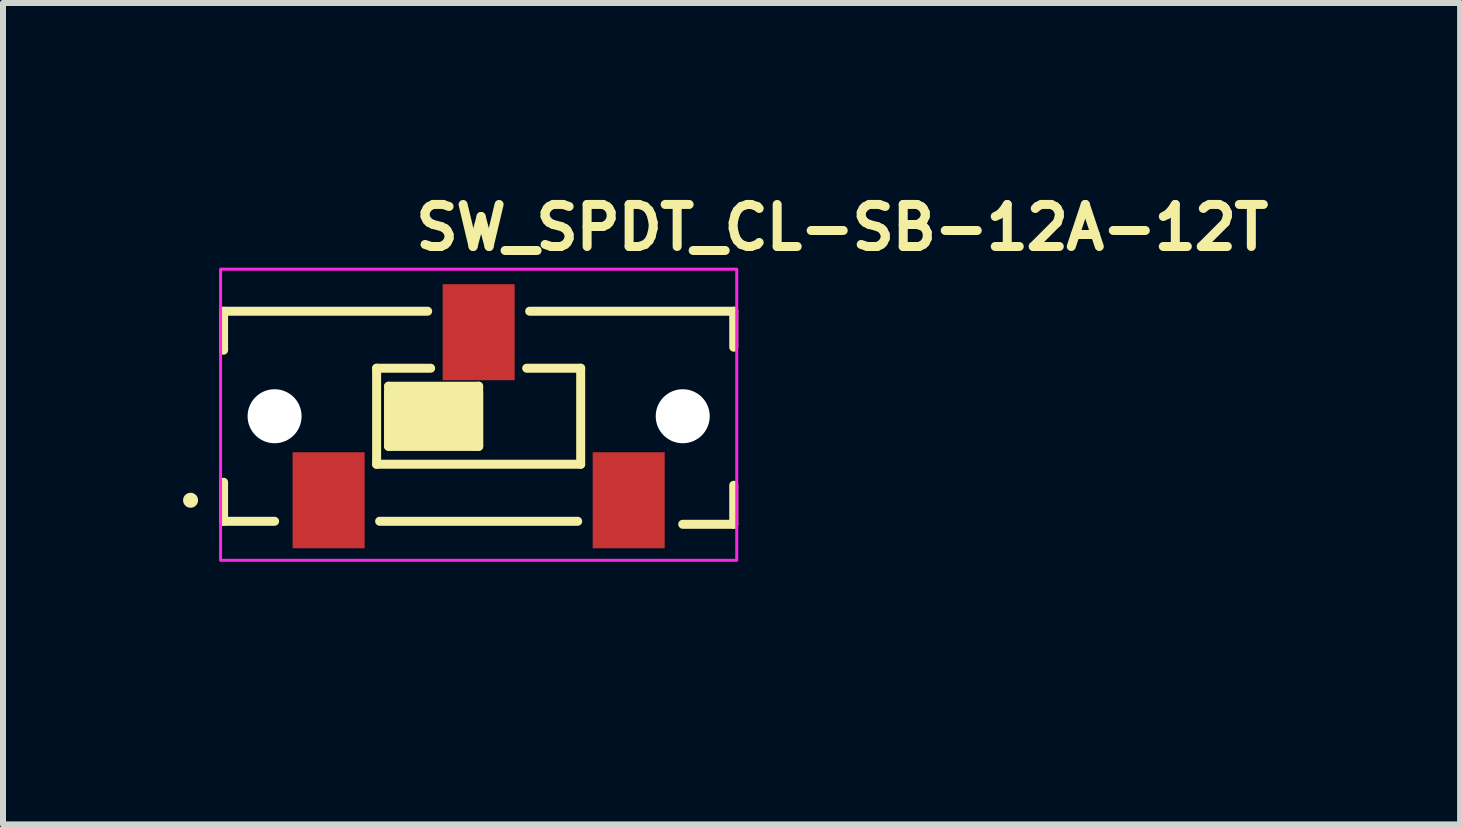
<source format=kicad_pcb>
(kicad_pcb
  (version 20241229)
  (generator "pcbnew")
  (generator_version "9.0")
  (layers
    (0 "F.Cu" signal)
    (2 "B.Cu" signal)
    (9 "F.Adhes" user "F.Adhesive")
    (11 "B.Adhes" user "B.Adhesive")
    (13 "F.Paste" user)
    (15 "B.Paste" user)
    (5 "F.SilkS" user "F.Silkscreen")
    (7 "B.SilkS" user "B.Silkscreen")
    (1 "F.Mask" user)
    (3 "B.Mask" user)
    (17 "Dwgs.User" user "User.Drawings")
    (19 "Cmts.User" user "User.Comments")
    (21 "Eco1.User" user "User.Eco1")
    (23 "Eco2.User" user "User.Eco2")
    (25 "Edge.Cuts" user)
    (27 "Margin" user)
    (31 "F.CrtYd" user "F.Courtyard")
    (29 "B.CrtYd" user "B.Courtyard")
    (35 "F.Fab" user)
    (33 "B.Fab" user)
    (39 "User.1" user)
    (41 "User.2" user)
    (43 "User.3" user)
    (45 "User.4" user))
  (footprint "SW_SPDT_CL-SB-12A-12T"
    (layer "F.Cu")
    (at 4.925 4.885)
    (property "Reference" "SW_SPDT_CL-SB-12A-12T" (at -1.125 -3.735 0) (layer "F.SilkS") (effects (font (size 0.7 0.7) (thickness 0.15)) (justify left bottom)))
    (attr smd)
    (fp_line (start -4.25 -2.75) (end -4.25 -2.1) (stroke (width 0.15) (type solid)) (layer "F.SilkS"))
    (fp_line (start -4.25 -2.75) (end -0.85 -2.75) (stroke (width 0.15) (type solid)) (layer "F.SilkS"))
    (fp_line (start -4.25 0.1) (end -4.25 0.75) (stroke (width 0.15) (type solid)) (layer "F.SilkS"))
    (fp_line (start -4.25 0.75) (end -3.4 0.75) (stroke (width 0.15) (type solid)) (layer "F.SilkS"))
    (fp_line (start -1.7 -1.8) (end -1.7 -0.2) (stroke (width 0.15) (type solid)) (layer "F.SilkS"))
    (fp_line (start -1.7 -0.2) (end 1.7 -0.2) (stroke (width 0.15) (type solid)) (layer "F.SilkS"))
    (fp_line (start -1.65 0.75) (end 1.65 0.75) (stroke (width 0.15) (type solid)) (layer "F.SilkS"))
    (fp_line (start -1.5 -1.5) (end -1.5 -0.5) (stroke (width 0.15) (type solid)) (layer "F.SilkS"))
    (fp_line (start -1.5 -0.5) (end 0 -0.5) (stroke (width 0.15) (type solid)) (layer "F.SilkS"))
    (fp_line (start -0.8 -1.8) (end -1.7 -1.8) (stroke (width 0.15) (type solid)) (layer "F.SilkS"))
    (fp_line (start 0 -1.5) (end -1.5 -1.5) (stroke (width 0.15) (type solid)) (layer "F.SilkS"))
    (fp_line (start 0 -0.5) (end 0 -1.5) (stroke (width 0.15) (type solid)) (layer "F.SilkS"))
    (fp_line (start 0.85 -2.75) (end 4.25 -2.75) (stroke (width 0.15) (type solid)) (layer "F.SilkS"))
    (fp_line (start 1.7 -1.8) (end 0.8 -1.8) (stroke (width 0.15) (type solid)) (layer "F.SilkS"))
    (fp_line (start 1.7 -0.2) (end 1.7 -1.8) (stroke (width 0.15) (type solid)) (layer "F.SilkS"))
    (fp_line (start 4.25 -2.75) (end 4.25 -2.15) (stroke (width 0.15) (type solid)) (layer "F.SilkS"))
    (fp_line (start 4.25 0.8) (end 3.4 0.8) (stroke (width 0.15) (type solid)) (layer "F.SilkS"))
    (fp_line (start 4.25 0.8) (end 4.25 0.15) (stroke (width 0.15) (type solid)) (layer "F.SilkS"))
    (fp_circle (center -4.8 0.4) (end -4.75 0.4) (stroke (width 0.15) (type solid)) (fill yes) (layer "F.SilkS"))
    (fp_poly (pts (xy -1.5 -1.4) (xy 0 -1.4) (xy 0 -1.5) (xy 0 -0.6) (xy 0 -0.5) (xy -1.5 -0.5)) (stroke (width 0.15) (type solid)) (fill yes) (layer "F.SilkS"))
    (fp_rect (start -4.3 -3.45) (end 4.3 1.4) (stroke (width 0.05) (type solid)) (fill no) (layer "F.CrtYd"))
    (fp_rect (start -4.25 -2.75) (end 4.25 2.75) (stroke (width 0.1) (type solid)) (fill no) (layer "User.5"))
    (fp_line (start -4.25 -2.75) (end -4.25 -2) (stroke (width 0.02) (type solid)) (layer "User.9"))
    (fp_line (start -4.25 -2.75) (end -3.9 -2.75) (stroke (width 0.02) (type solid)) (layer "User.9"))
    (fp_line (start -4.25 -2) (end -4.25 -2) (stroke (width 0.02) (type solid)) (layer "User.9"))
    (fp_line (start -4.25 -2) (end -4.249 -2) (stroke (width 0.02) (type solid)) (layer "User.9"))
    (fp_line (start -4.25 0) (end -4.25 -2) (stroke (width 0.02) (type solid)) (layer "User.9"))
    (fp_line (start -4.25 0) (end -4.25 0) (stroke (width 0.02) (type solid)) (layer "User.9"))
    (fp_line (start -4.25 0) (end -4.25 0.75) (stroke (width 0.02) (type solid)) (layer "User.9"))
    (fp_line (start -4.25 0.75) (end -3.9 0.75) (stroke (width 0.02) (type solid)) (layer "User.9"))
    (fp_line (start -4.249 -2) (end -4.248 -2) (stroke (width 0.02) (type solid)) (layer "User.9"))
    (fp_line (start -4.249 0) (end -4.25 0) (stroke (width 0.02) (type solid)) (layer "User.9"))
    (fp_line (start -4.248 -2) (end -4.246 -2) (stroke (width 0.02) (type solid)) (layer "User.9"))
    (fp_line (start -4.248 0) (end -4.249 0) (stroke (width 0.02) (type solid)) (layer "User.9"))
    (fp_line (start -4.246 -2) (end -4.243 -2) (stroke (width 0.02) (type solid)) (layer "User.9"))
    (fp_line (start -4.246 0) (end -4.248 0) (stroke (width 0.02) (type solid)) (layer "User.9"))
    (fp_line (start -4.243 -2) (end -4.241 -2) (stroke (width 0.02) (type solid)) (layer "User.9"))
    (fp_line (start -4.243 0) (end -4.246 0) (stroke (width 0.02) (type solid)) (layer "User.9"))
    (fp_line (start -4.241 -2) (end -4.237 -2) (stroke (width 0.02) (type solid)) (layer "User.9"))
    (fp_line (start -4.241 0) (end -4.243 0) (stroke (width 0.02) (type solid)) (layer "User.9"))
    (fp_line (start -4.237 -2) (end -4.233 -2) (stroke (width 0.02) (type solid)) (layer "User.9"))
    (fp_line (start -4.237 0) (end -4.241 0) (stroke (width 0.02) (type solid)) (layer "User.9"))
    (fp_line (start -4.233 -2) (end -4.229 -2) (stroke (width 0.02) (type solid)) (layer "User.9"))
    (fp_line (start -4.233 0) (end -4.237 0) (stroke (width 0.02) (type solid)) (layer "User.9"))
    (fp_line (start -4.229 -2) (end -4.224 -2) (stroke (width 0.02) (type solid)) (layer "User.9"))
    (fp_line (start -4.229 0) (end -4.233 0) (stroke (width 0.02) (type solid)) (layer "User.9"))
    (fp_line (start -4.224 -2) (end -4.219 -2) (stroke (width 0.02) (type solid)) (layer "User.9"))
    (fp_line (start -4.224 0) (end -4.229 0) (stroke (width 0.02) (type solid)) (layer "User.9"))
    (fp_line (start -4.219 -2) (end -4.213 -2) (stroke (width 0.02) (type solid)) (layer "User.9"))
    (fp_line (start -4.219 0) (end -4.224 0) (stroke (width 0.02) (type solid)) (layer "User.9"))
    (fp_line (start -4.213 -2) (end -4.207 -2) (stroke (width 0.02) (type solid)) (layer "User.9"))
    (fp_line (start -4.213 0) (end -4.219 0) (stroke (width 0.02) (type solid)) (layer "User.9"))
    (fp_line (start -4.207 -2) (end -4.2 -2) (stroke (width 0.02) (type solid)) (layer "User.9"))
    (fp_line (start -4.207 0) (end -4.213 0) (stroke (width 0.02) (type solid)) (layer "User.9"))
    (fp_line (start -4.2 -2) (end -4.171 -2.003) (stroke (width 0.02) (type solid)) (layer "User.9"))
    (fp_line (start -4.2 0) (end -4.25 0) (stroke (width 0.02) (type solid)) (layer "User.9"))
    (fp_line (start -4.2 0) (end -4.207 0) (stroke (width 0.02) (type solid)) (layer "User.9"))
    (fp_line (start -4.171 -2.003) (end -4.137 -2.011) (stroke (width 0.02) (type solid)) (layer "User.9"))
    (fp_line (start -4.171 0.003) (end -4.2 0) (stroke (width 0.02) (type solid)) (layer "User.9"))
    (fp_line (start -4.137 -2.011) (end -4.102 -2.026) (stroke (width 0.02) (type solid)) (layer "User.9"))
    (fp_line (start -4.137 0.011) (end -4.171 0.003) (stroke (width 0.02) (type solid)) (layer "User.9"))
    (fp_line (start -4.102 -2.026) (end -4.086 -2.036) (stroke (width 0.02) (type solid)) (layer "User.9"))
    (fp_line (start -4.102 0.026) (end -4.137 0.011) (stroke (width 0.02) (type solid)) (layer "User.9"))
    (fp_line (start -4.086 -2.036) (end -4.07 -2.048) (stroke (width 0.02) (type solid)) (layer "User.9"))
    (fp_line (start -4.085 0.036) (end -4.102 0.026) (stroke (width 0.02) (type solid)) (layer "User.9"))
    (fp_line (start -4.07 -2.048) (end -4.055 -2.063) (stroke (width 0.02) (type solid)) (layer "User.9"))
    (fp_line (start -4.069 0.049) (end -4.085 0.036) (stroke (width 0.02) (type solid)) (layer "User.9"))
    (fp_line (start -4.055 -2.063) (end -4.041 -2.079) (stroke (width 0.02) (type solid)) (layer "User.9"))
    (fp_line (start -4.054 0.063) (end -4.069 0.049) (stroke (width 0.02) (type solid)) (layer "User.9"))
    (fp_line (start -4.041 -2.079) (end -4.029 -2.097) (stroke (width 0.02) (type solid)) (layer "User.9"))
    (fp_line (start -4.041 0.079) (end -4.054 0.063) (stroke (width 0.02) (type solid)) (layer "User.9"))
    (fp_line (start -4.029 -2.097) (end -4.019 -2.116) (stroke (width 0.02) (type solid)) (layer "User.9"))
    (fp_line (start -4.029 0.097) (end -4.041 0.079) (stroke (width 0.02) (type solid)) (layer "User.9"))
    (fp_line (start -4.019 -2.116) (end -4.011 -2.136) (stroke (width 0.02) (type solid)) (layer "User.9"))
    (fp_line (start -4.019 0.116) (end -4.029 0.097) (stroke (width 0.02) (type solid)) (layer "User.9"))
    (fp_line (start -4.011 -2.136) (end -4.005 -2.157) (stroke (width 0.02) (type solid)) (layer "User.9"))
    (fp_line (start -4.011 0.136) (end -4.019 0.116) (stroke (width 0.02) (type solid)) (layer "User.9"))
    (fp_line (start -4.005 -2.157) (end -4.001 -2.178) (stroke (width 0.02) (type solid)) (layer "User.9"))
    (fp_line (start -4.005 0.157) (end -4.011 0.136) (stroke (width 0.02) (type solid)) (layer "User.9"))
    (fp_line (start -4.001 -2.178) (end -4 -2.2) (stroke (width 0.02) (type solid)) (layer "User.9"))
    (fp_line (start -4.001 0.178) (end -4.005 0.157) (stroke (width 0.02) (type solid)) (layer "User.9"))
    (fp_line (start -4 0.2) (end -4.001 0.178) (stroke (width 0.02) (type solid)) (layer "User.9"))
    (fp_line (start -4 0.2) (end -4 -2.2) (stroke (width 0.02) (type solid)) (layer "User.9"))
    (fp_line (start -4 0.2) (end -3.996 0.239) (stroke (width 0.02) (type solid)) (layer "User.9"))
    (fp_line (start -3.996 -2.239) (end -4 -2.2) (stroke (width 0.02) (type solid)) (layer "User.9"))
    (fp_line (start -3.996 0.239) (end -3.985 0.277) (stroke (width 0.02) (type solid)) (layer "User.9"))
    (fp_line (start -3.992 -2.45) (end -3.9 -2.45) (stroke (width 0.02) (type solid)) (layer "User.9"))
    (fp_line (start -3.992 -2.256) (end -3.992 -2.45) (stroke (width 0.02) (type solid)) (layer "User.9"))
    (fp_line (start -3.992 0.45) (end -3.992 0.256) (stroke (width 0.02) (type solid)) (layer "User.9"))
    (fp_line (start -3.985 -2.277) (end -3.996 -2.239) (stroke (width 0.02) (type solid)) (layer "User.9"))
    (fp_line (start -3.985 0.277) (end -3.966 0.311) (stroke (width 0.02) (type solid)) (layer "User.9"))
    (fp_line (start -3.966 -2.311) (end -3.985 -2.277) (stroke (width 0.02) (type solid)) (layer "User.9"))
    (fp_line (start -3.966 0.311) (end -3.941 0.341) (stroke (width 0.02) (type solid)) (layer "User.9"))
    (fp_line (start -3.941 -2.341) (end -3.966 -2.311) (stroke (width 0.02) (type solid)) (layer "User.9"))
    (fp_line (start -3.941 0.341) (end -3.911 0.366) (stroke (width 0.02) (type solid)) (layer "User.9"))
    (fp_line (start -3.911 -2.366) (end -3.941 -2.341) (stroke (width 0.02) (type solid)) (layer "User.9"))
    (fp_line (start -3.911 0.366) (end -3.877 0.385) (stroke (width 0.02) (type solid)) (layer "User.9"))
    (fp_line (start -3.9 -2.45) (end -3.9 -2.75) (stroke (width 0.02) (type solid)) (layer "User.9"))
    (fp_line (start -3.9 0.45) (end -3.992 0.45) (stroke (width 0.02) (type solid)) (layer "User.9"))
    (fp_line (start -3.9 0.75) (end -3.9 0.45) (stroke (width 0.02) (type solid)) (layer "User.9"))
    (fp_line (start -3.877 -2.385) (end -3.911 -2.366) (stroke (width 0.02) (type solid)) (layer "User.9"))
    (fp_line (start -3.877 0.385) (end -3.839 0.396) (stroke (width 0.02) (type solid)) (layer "User.9"))
    (fp_line (start -3.839 -2.396) (end -3.877 -2.385) (stroke (width 0.02) (type solid)) (layer "User.9"))
    (fp_line (start -3.839 0.396) (end -3.8 0.4) (stroke (width 0.02) (type solid)) (layer "User.9"))
    (fp_line (start -3.8 -2.4) (end -3.839 -2.396) (stroke (width 0.02) (type solid)) (layer "User.9"))
    (fp_line (start -3.8 0.4) (end -3.25 0.4) (stroke (width 0.02) (type solid)) (layer "User.9"))
    (fp_line (start -3.211 0.404) (end -3.25 0.4) (stroke (width 0.02) (type solid)) (layer "User.9"))
    (fp_line (start -3.173 0.415) (end -3.211 0.404) (stroke (width 0.02) (type solid)) (layer "User.9"))
    (fp_line (start -3.15 -2.75) (end -3.9 -2.75) (stroke (width 0.02) (type solid)) (layer "User.9"))
    (fp_line (start -3.15 -2.75) (end -3.15 -2.45) (stroke (width 0.02) (type solid)) (layer "User.9"))
    (fp_line (start -3.15 -2.75) (end -3.05 -2.75) (stroke (width 0.02) (type solid)) (layer "User.9"))
    (fp_line (start -3.15 -2.45) (end -3.9 -2.45) (stroke (width 0.02) (type solid)) (layer "User.9"))
    (fp_line (start -3.15 0.45) (end -3.9 0.45) (stroke (width 0.02) (type solid)) (layer "User.9"))
    (fp_line (start -3.15 0.45) (end -3.15 0.75) (stroke (width 0.02) (type solid)) (layer "User.9"))
    (fp_line (start -3.15 0.75) (end -3.9 0.75) (stroke (width 0.02) (type solid)) (layer "User.9"))
    (fp_line (start -3.15 0.75) (end -3.05 0.75) (stroke (width 0.02) (type solid)) (layer "User.9"))
    (fp_line (start -3.139 0.434) (end -3.173 0.415) (stroke (width 0.02) (type solid)) (layer "User.9"))
    (fp_line (start -3.109 0.459) (end -3.139 0.434) (stroke (width 0.02) (type solid)) (layer "User.9"))
    (fp_line (start -3.09 -2.45) (end -3.15 -2.45) (stroke (width 0.02) (type solid)) (layer "User.9"))
    (fp_line (start -3.09 -2.4) (end -3.09 -2.45) (stroke (width 0.02) (type solid)) (layer "User.9"))
    (fp_line (start -3.084 0.489) (end -3.109 0.459) (stroke (width 0.02) (type solid)) (layer "User.9"))
    (fp_line (start -3.065 0.523) (end -3.084 0.489) (stroke (width 0.02) (type solid)) (layer "User.9"))
    (fp_line (start -3.054 0.561) (end -3.065 0.523) (stroke (width 0.02) (type solid)) (layer "User.9"))
    (fp_line (start -3.05 -2.75) (end -3.05 -2.748) (stroke (width 0.02) (type solid)) (layer "User.9"))
    (fp_line (start -3.05 -2.75) (end -2.05 -2.75) (stroke (width 0.02) (type solid)) (layer "User.9"))
    (fp_line (start -3.05 -2.748) (end -3.05 -2.742) (stroke (width 0.02) (type solid)) (layer "User.9"))
    (fp_line (start -3.05 -2.742) (end -3.05 -2.733) (stroke (width 0.02) (type solid)) (layer "User.9"))
    (fp_line (start -3.05 -2.733) (end -3.05 -2.72) (stroke (width 0.02) (type solid)) (layer "User.9"))
    (fp_line (start -3.05 -2.72) (end -3.05 -2.704) (stroke (width 0.02) (type solid)) (layer "User.9"))
    (fp_line (start -3.05 -2.704) (end -3.05 -2.685) (stroke (width 0.02) (type solid)) (layer "User.9"))
    (fp_line (start -3.05 -2.685) (end -3.05 -2.662) (stroke (width 0.02) (type solid)) (layer "User.9"))
    (fp_line (start -3.05 -2.662) (end -3.05 -2.637) (stroke (width 0.02) (type solid)) (layer "User.9"))
    (fp_line (start -3.05 -2.637) (end -3.05 -2.61) (stroke (width 0.02) (type solid)) (layer "User.9"))
    (fp_line (start -3.05 -2.61) (end -3.05 -2.58) (stroke (width 0.02) (type solid)) (layer "User.9"))
    (fp_line (start -3.05 -2.58) (end -3.05 -2.549) (stroke (width 0.02) (type solid)) (layer "User.9"))
    (fp_line (start -3.05 -2.549) (end -3.05 -2.517) (stroke (width 0.02) (type solid)) (layer "User.9"))
    (fp_line (start -3.05 -2.517) (end -3.05 -2.484) (stroke (width 0.02) (type solid)) (layer "User.9"))
    (fp_line (start -3.05 -2.484) (end -3.05 -2.45) (stroke (width 0.02) (type solid)) (layer "User.9"))
    (fp_line (start -3.05 -2.45) (end -3.05 -2.4) (stroke (width 0.02) (type solid)) (layer "User.9"))
    (fp_line (start -3.05 -2.4) (end -3.8 -2.4) (stroke (width 0.02) (type solid)) (layer "User.9"))
    (fp_line (start -3.05 -2.4) (end -3.09 -2.4) (stroke (width 0.02) (type solid)) (layer "User.9"))
    (fp_line (start -3.05 0.6) (end -3.054 0.561) (stroke (width 0.02) (type solid)) (layer "User.9"))
    (fp_line (start -3.05 0.6) (end -3.05 0.75) (stroke (width 0.02) (type solid)) (layer "User.9"))
    (fp_line (start -3.05 0.75) (end 3.05 0.75) (stroke (width 0.02) (type solid)) (layer "User.9"))
    (fp_line (start -2.05 -2.75) (end -2.05 -2.748) (stroke (width 0.02) (type solid)) (layer "User.9"))
    (fp_line (start -2.05 -2.748) (end -2.05 -2.742) (stroke (width 0.02) (type solid)) (layer "User.9"))
    (fp_line (start -2.05 -2.742) (end -2.05 -2.733) (stroke (width 0.02) (type solid)) (layer "User.9"))
    (fp_line (start -2.05 -2.733) (end -2.05 -2.72) (stroke (width 0.02) (type solid)) (layer "User.9"))
    (fp_line (start -2.05 -2.72) (end -2.05 -2.704) (stroke (width 0.02) (type solid)) (layer "User.9"))
    (fp_line (start -2.05 -2.704) (end -2.05 -2.685) (stroke (width 0.02) (type solid)) (layer "User.9"))
    (fp_line (start -2.05 -2.685) (end -2.05 -2.662) (stroke (width 0.02) (type solid)) (layer "User.9"))
    (fp_line (start -2.05 -2.662) (end -2.05 -2.637) (stroke (width 0.02) (type solid)) (layer "User.9"))
    (fp_line (start -2.05 -2.637) (end -2.05 -2.61) (stroke (width 0.02) (type solid)) (layer "User.9"))
    (fp_line (start -2.05 -2.61) (end -2.05 -2.58) (stroke (width 0.02) (type solid)) (layer "User.9"))
    (fp_line (start -2.05 -2.58) (end -2.05 -2.549) (stroke (width 0.02) (type solid)) (layer "User.9"))
    (fp_line (start -2.05 -2.549) (end -2.05 -2.517) (stroke (width 0.02) (type solid)) (layer "User.9"))
    (fp_line (start -2.05 -2.517) (end -2.05 -2.484) (stroke (width 0.02) (type solid)) (layer "User.9"))
    (fp_line (start -2.05 -2.484) (end -2.05 -2.45) (stroke (width 0.02) (type solid)) (layer "User.9"))
    (fp_line (start -2.05 -2.45) (end -3.05 -2.45) (stroke (width 0.02) (type solid)) (layer "User.9"))
    (fp_line (start -2.05 -2.45) (end -2.046 -2.42) (stroke (width 0.02) (type solid)) (layer "User.9"))
    (fp_line (start -2.049 -2.75) (end -2.05 -2.75) (stroke (width 0.02) (type solid)) (layer "User.9"))
    (fp_line (start -2.049 -2.5) (end -2.05 -2.5) (stroke (width 0.02) (type solid)) (layer "User.9"))
    (fp_line (start -2.046 -2.42) (end -2.036 -2.392) (stroke (width 0.02) (type solid)) (layer "User.9"))
    (fp_line (start -2.045 -2.75) (end -2.049 -2.75) (stroke (width 0.02) (type solid)) (layer "User.9"))
    (fp_line (start -2.045 -2.5) (end -2.049 -2.5) (stroke (width 0.02) (type solid)) (layer "User.9"))
    (fp_line (start -2.039 -2.75) (end -2.045 -2.75) (stroke (width 0.02) (type solid)) (layer "User.9"))
    (fp_line (start -2.039 -2.5) (end -2.045 -2.5) (stroke (width 0.02) (type solid)) (layer "User.9"))
    (fp_line (start -2.036 -2.392) (end -2.019 -2.367) (stroke (width 0.02) (type solid)) (layer "User.9"))
    (fp_line (start -2.03 -2.75) (end -2.039 -2.75) (stroke (width 0.02) (type solid)) (layer "User.9"))
    (fp_line (start -2.03 -2.5) (end -2.039 -2.5) (stroke (width 0.02) (type solid)) (layer "User.9"))
    (fp_line (start -2.019 -2.75) (end -2.03 -2.75) (stroke (width 0.02) (type solid)) (layer "User.9"))
    (fp_line (start -2.019 -2.5) (end -2.03 -2.5) (stroke (width 0.02) (type solid)) (layer "User.9"))
    (fp_line (start -2.019 -2.367) (end -1.996 -2.347) (stroke (width 0.02) (type solid)) (layer "User.9"))
    (fp_line (start -2.006 -2.75) (end -2.019 -2.75) (stroke (width 0.02) (type solid)) (layer "User.9"))
    (fp_line (start -2.006 -2.5) (end -2.019 -2.5) (stroke (width 0.02) (type solid)) (layer "User.9"))
    (fp_line (start -1.996 -2.347) (end -1.969 -2.333) (stroke (width 0.02) (type solid)) (layer "User.9"))
    (fp_line (start -1.991 -2.75) (end -2.006 -2.75) (stroke (width 0.02) (type solid)) (layer "User.9"))
    (fp_line (start -1.991 -2.5) (end -2.006 -2.5) (stroke (width 0.02) (type solid)) (layer "User.9"))
    (fp_line (start -1.975 -2.75) (end -1.991 -2.75) (stroke (width 0.02) (type solid)) (layer "User.9"))
    (fp_line (start -1.975 -2.5) (end -1.991 -2.5) (stroke (width 0.02) (type solid)) (layer "User.9"))
    (fp_line (start -1.969 -2.333) (end -1.94 -2.326) (stroke (width 0.02) (type solid)) (layer "User.9"))
    (fp_line (start -1.956 -2.75) (end -1.975 -2.75) (stroke (width 0.02) (type solid)) (layer "User.9"))
    (fp_line (start -1.956 -2.5) (end -1.975 -2.5) (stroke (width 0.02) (type solid)) (layer "User.9"))
    (fp_line (start -1.94 -2.326) (end -1.91 -2.326) (stroke (width 0.02) (type solid)) (layer "User.9"))
    (fp_line (start -1.937 -2.75) (end -1.956 -2.75) (stroke (width 0.02) (type solid)) (layer "User.9"))
    (fp_line (start -1.937 -2.5) (end -1.956 -2.5) (stroke (width 0.02) (type solid)) (layer "User.9"))
    (fp_line (start -1.916 -2.75) (end -1.937 -2.75) (stroke (width 0.02) (type solid)) (layer "User.9"))
    (fp_line (start -1.916 -2.5) (end -1.937 -2.5) (stroke (width 0.02) (type solid)) (layer "User.9"))
    (fp_line (start -1.91 -2.326) (end -1.881 -2.333) (stroke (width 0.02) (type solid)) (layer "User.9"))
    (fp_line (start -1.895 -2.75) (end -1.916 -2.75) (stroke (width 0.02) (type solid)) (layer "User.9"))
    (fp_line (start -1.895 -2.5) (end -1.916 -2.5) (stroke (width 0.02) (type solid)) (layer "User.9"))
    (fp_line (start -1.881 -2.333) (end -1.854 -2.347) (stroke (width 0.02) (type solid)) (layer "User.9"))
    (fp_line (start -1.872 -2.75) (end -1.895 -2.75) (stroke (width 0.02) (type solid)) (layer "User.9"))
    (fp_line (start -1.872 -2.5) (end -1.895 -2.5) (stroke (width 0.02) (type solid)) (layer "User.9"))
    (fp_line (start -1.854 -2.347) (end -1.831 -2.367) (stroke (width 0.02) (type solid)) (layer "User.9"))
    (fp_line (start -1.85 -2.75) (end -1.872 -2.75) (stroke (width 0.02) (type solid)) (layer "User.9"))
    (fp_line (start -1.85 -2.75) (end -0.697 -2.75) (stroke (width 0.02) (type solid)) (layer "User.9"))
    (fp_line (start -1.85 -2.75) (end 0.75 -2.75) (stroke (width 0.02) (type solid)) (layer "User.9"))
    (fp_line (start -1.85 -2.5) (end -1.872 -2.5) (stroke (width 0.02) (type solid)) (layer "User.9"))
    (fp_line (start -1.85 -2.5) (end -1.85 -2.75) (stroke (width 0.02) (type solid)) (layer "User.9"))
    (fp_line (start -1.85 -2.5) (end -0.697 -2.5) (stroke (width 0.02) (type solid)) (layer "User.9"))
    (fp_line (start -1.831 -2.367) (end -1.814 -2.392) (stroke (width 0.02) (type solid)) (layer "User.9"))
    (fp_line (start -1.814 -2.392) (end -1.804 -2.42) (stroke (width 0.02) (type solid)) (layer "User.9"))
    (fp_line (start -1.804 -2.42) (end -1.8 -2.45) (stroke (width 0.02) (type solid)) (layer "User.9"))
    (fp_line (start -1.75 0.75) (end -1.75 2.75) (stroke (width 0.02) (type solid)) (layer "User.9"))
    (fp_line (start -0.661 -2.497) (end -0.697 -2.5) (stroke (width 0.02) (type solid)) (layer "User.9"))
    (fp_line (start -0.644 -2.747) (end -0.697 -2.75) (stroke (width 0.02) (type solid)) (layer "User.9"))
    (fp_line (start -0.626 -2.487) (end -0.661 -2.497) (stroke (width 0.02) (type solid)) (layer "User.9"))
    (fp_line (start -0.593 -2.471) (end -0.626 -2.487) (stroke (width 0.02) (type solid)) (layer "User.9"))
    (fp_line (start -0.591 -2.737) (end -0.644 -2.747) (stroke (width 0.02) (type solid)) (layer "User.9"))
    (fp_line (start -0.564 -2.45) (end -0.593 -2.471) (stroke (width 0.02) (type solid)) (layer "User.9"))
    (fp_line (start -0.54 -2.722) (end -0.591 -2.737) (stroke (width 0.02) (type solid)) (layer "User.9"))
    (fp_line (start -0.492 -2.701) (end -0.54 -2.722) (stroke (width 0.02) (type solid)) (layer "User.9"))
    (fp_line (start -0.446 -2.674) (end -0.492 -2.701) (stroke (width 0.02) (type solid)) (layer "User.9"))
    (fp_line (start -0.404 -2.641) (end -0.446 -2.674) (stroke (width 0.02) (type solid)) (layer "User.9"))
    (fp_line (start -0.365 -2.604) (end -0.404 -2.641) (stroke (width 0.02) (type solid)) (layer "User.9"))
    (fp_line (start -0.29 -2.523) (end -0.365 -2.604) (stroke (width 0.02) (type solid)) (layer "User.9"))
    (fp_line (start -0.29 -2.523) (end -0.263 -2.496) (stroke (width 0.02) (type solid)) (layer "User.9"))
    (fp_line (start -0.263 -2.496) (end -0.233 -2.471) (stroke (width 0.02) (type solid)) (layer "User.9"))
    (fp_line (start -0.25 0.75) (end -0.25 2.75) (stroke (width 0.02) (type solid)) (layer "User.9"))
    (fp_line (start -0.25 2.75) (end -1.75 2.75) (stroke (width 0.02) (type solid)) (layer "User.9"))
    (fp_line (start -0.233 -2.471) (end -0.201 -2.45) (stroke (width 0.02) (type solid)) (layer "User.9"))
    (fp_line (start 0.209 -2.45) (end 0.243 -2.473) (stroke (width 0.02) (type solid)) (layer "User.9"))
    (fp_line (start 0.243 -2.473) (end 0.275 -2.499) (stroke (width 0.02) (type solid)) (layer "User.9"))
    (fp_line (start 0.382 -2.597) (end 0.275 -2.499) (stroke (width 0.02) (type solid)) (layer "User.9"))
    (fp_line (start 0.517 -2.45) (end 0.382 -2.597) (stroke (width 0.02) (type solid)) (layer "User.9"))
    (fp_line (start 0.75 -2.75) (end 0.75 -2.45) (stroke (width 0.02) (type solid)) (layer "User.9"))
    (fp_line (start 0.75 -2.75) (end 0.761 -2.75) (stroke (width 0.02) (type solid)) (layer "User.9"))
    (fp_line (start 0.761 -2.75) (end 0.772 -2.75) (stroke (width 0.02) (type solid)) (layer "User.9"))
    (fp_line (start 0.772 -2.75) (end 0.783 -2.75) (stroke (width 0.02) (type solid)) (layer "User.9"))
    (fp_line (start 0.783 -2.75) (end 0.793 -2.75) (stroke (width 0.02) (type solid)) (layer "User.9"))
    (fp_line (start 0.793 -2.75) (end 0.803 -2.75) (stroke (width 0.02) (type solid)) (layer "User.9"))
    (fp_line (start 0.803 -2.75) (end 0.812 -2.75) (stroke (width 0.02) (type solid)) (layer "User.9"))
    (fp_line (start 0.812 -2.75) (end 0.821 -2.75) (stroke (width 0.02) (type solid)) (layer "User.9"))
    (fp_line (start 0.821 -2.75) (end 0.828 -2.75) (stroke (width 0.02) (type solid)) (layer "User.9"))
    (fp_line (start 0.828 -2.75) (end 0.835 -2.75) (stroke (width 0.02) (type solid)) (layer "User.9"))
    (fp_line (start 0.835 -2.75) (end 0.84 -2.75) (stroke (width 0.02) (type solid)) (layer "User.9"))
    (fp_line (start 0.84 -2.75) (end 0.844 -2.75) (stroke (width 0.02) (type solid)) (layer "User.9"))
    (fp_line (start 0.844 -2.75) (end 0.847 -2.75) (stroke (width 0.02) (type solid)) (layer "User.9"))
    (fp_line (start 0.847 -2.75) (end 0.849 -2.75) (stroke (width 0.02) (type solid)) (layer "User.9"))
    (fp_line (start 0.849 -2.75) (end 0.85 -2.75) (stroke (width 0.02) (type solid)) (layer "User.9"))
    (fp_line (start 0.85 -2.75) (end 0.85 -2.45) (stroke (width 0.02) (type solid)) (layer "User.9"))
    (fp_line (start 0.85 -2.45) (end -1.8 -2.45) (stroke (width 0.02) (type solid)) (layer "User.9"))
    (fp_line (start 0.85 -2.45) (end 0.889 -2.454) (stroke (width 0.02) (type solid)) (layer "User.9"))
    (fp_line (start 0.851 -2.75) (end 0.85 -2.75) (stroke (width 0.02) (type solid)) (layer "User.9"))
    (fp_line (start 0.853 -2.75) (end 0.851 -2.75) (stroke (width 0.02) (type solid)) (layer "User.9"))
    (fp_line (start 0.856 -2.75) (end 0.853 -2.75) (stroke (width 0.02) (type solid)) (layer "User.9"))
    (fp_line (start 0.86 -2.75) (end 0.856 -2.75) (stroke (width 0.02) (type solid)) (layer "User.9"))
    (fp_line (start 0.865 -2.75) (end 0.86 -2.75) (stroke (width 0.02) (type solid)) (layer "User.9"))
    (fp_line (start 0.872 -2.75) (end 0.865 -2.75) (stroke (width 0.02) (type solid)) (layer "User.9"))
    (fp_line (start 0.879 -2.75) (end 0.872 -2.75) (stroke (width 0.02) (type solid)) (layer "User.9"))
    (fp_line (start 0.888 -2.75) (end 0.879 -2.75) (stroke (width 0.02) (type solid)) (layer "User.9"))
    (fp_line (start 0.889 -2.454) (end 0.927 -2.465) (stroke (width 0.02) (type solid)) (layer "User.9"))
    (fp_line (start 0.897 -2.75) (end 0.888 -2.75) (stroke (width 0.02) (type solid)) (layer "User.9"))
    (fp_line (start 0.907 -2.75) (end 0.897 -2.75) (stroke (width 0.02) (type solid)) (layer "User.9"))
    (fp_line (start 0.917 -2.75) (end 0.907 -2.75) (stroke (width 0.02) (type solid)) (layer "User.9"))
    (fp_line (start 0.927 -2.465) (end 0.961 -2.484) (stroke (width 0.02) (type solid)) (layer "User.9"))
    (fp_line (start 0.928 -2.75) (end 0.917 -2.75) (stroke (width 0.02) (type solid)) (layer "User.9"))
    (fp_line (start 0.939 -2.75) (end 0.928 -2.75) (stroke (width 0.02) (type solid)) (layer "User.9"))
    (fp_line (start 0.95 -2.75) (end 0.939 -2.75) (stroke (width 0.02) (type solid)) (layer "User.9"))
    (fp_line (start 0.95 -2.75) (end 0.95 -2.477) (stroke (width 0.02) (type solid)) (layer "User.9"))
    (fp_line (start 0.95 -2.75) (end 1.05 -2.75) (stroke (width 0.02) (type solid)) (layer "User.9"))
    (fp_line (start 0.961 -2.484) (end 0.991 -2.509) (stroke (width 0.02) (type solid)) (layer "User.9"))
    (fp_line (start 0.991 -2.509) (end 1.016 -2.539) (stroke (width 0.02) (type solid)) (layer "User.9"))
    (fp_line (start 1.016 -2.539) (end 1.035 -2.573) (stroke (width 0.02) (type solid)) (layer "User.9"))
    (fp_line (start 1.035 -2.573) (end 1.046 -2.611) (stroke (width 0.02) (type solid)) (layer "User.9"))
    (fp_line (start 1.046 -2.611) (end 1.05 -2.65) (stroke (width 0.02) (type solid)) (layer "User.9"))
    (fp_line (start 1.05 -2.75) (end 1.05 -2.65) (stroke (width 0.02) (type solid)) (layer "User.9"))
    (fp_line (start 3.05 -2.75) (end 1.05 -2.75) (stroke (width 0.02) (type solid)) (layer "User.9"))
    (fp_line (start 3.05 -2.75) (end 3.15 -2.75) (stroke (width 0.02) (type solid)) (layer "User.9"))
    (fp_line (start 3.05 -2.6) (end 3.05 -2.75) (stroke (width 0.02) (type solid)) (layer "User.9"))
    (fp_line (start 3.05 -2.6) (end 3.054 -2.561) (stroke (width 0.02) (type solid)) (layer "User.9"))
    (fp_line (start 3.05 0.75) (end 3.05 0.6) (stroke (width 0.02) (type solid)) (layer "User.9"))
    (fp_line (start 3.05 0.75) (end 3.15 0.75) (stroke (width 0.02) (type solid)) (layer "User.9"))
    (fp_line (start 3.054 -2.561) (end 3.065 -2.523) (stroke (width 0.02) (type solid)) (layer "User.9"))
    (fp_line (start 3.054 0.561) (end 3.05 0.6) (stroke (width 0.02) (type solid)) (layer "User.9"))
    (fp_line (start 3.065 -2.523) (end 3.084 -2.489) (stroke (width 0.02) (type solid)) (layer "User.9"))
    (fp_line (start 3.065 0.523) (end 3.054 0.561) (stroke (width 0.02) (type solid)) (layer "User.9"))
    (fp_line (start 3.084 -2.489) (end 3.109 -2.459) (stroke (width 0.02) (type solid)) (layer "User.9"))
    (fp_line (start 3.084 0.489) (end 3.065 0.523) (stroke (width 0.02) (type solid)) (layer "User.9"))
    (fp_line (start 3.109 -2.459) (end 3.139 -2.434) (stroke (width 0.02) (type solid)) (layer "User.9"))
    (fp_line (start 3.109 0.459) (end 3.084 0.489) (stroke (width 0.02) (type solid)) (layer "User.9"))
    (fp_line (start 3.139 -2.434) (end 3.173 -2.415) (stroke (width 0.02) (type solid)) (layer "User.9"))
    (fp_line (start 3.139 0.434) (end 3.109 0.459) (stroke (width 0.02) (type solid)) (layer "User.9"))
    (fp_line (start 3.15 -2.45) (end 3.15 -2.75) (stroke (width 0.02) (type solid)) (layer "User.9"))
    (fp_line (start 3.15 0.75) (end 3.15 0.45) (stroke (width 0.02) (type solid)) (layer "User.9"))
    (fp_line (start 3.173 -2.415) (end 3.211 -2.404) (stroke (width 0.02) (type solid)) (layer "User.9"))
    (fp_line (start 3.173 0.415) (end 3.139 0.434) (stroke (width 0.02) (type solid)) (layer "User.9"))
    (fp_line (start 3.211 -2.404) (end 3.25 -2.4) (stroke (width 0.02) (type solid)) (layer "User.9"))
    (fp_line (start 3.211 0.404) (end 3.173 0.415) (stroke (width 0.02) (type solid)) (layer "User.9"))
    (fp_line (start 3.25 0.4) (end 3.211 0.404) (stroke (width 0.02) (type solid)) (layer "User.9"))
    (fp_line (start 3.25 0.4) (end 3.8 0.4) (stroke (width 0.02) (type solid)) (layer "User.9"))
    (fp_line (start 3.8 -2.4) (end 3.25 -2.4) (stroke (width 0.02) (type solid)) (layer "User.9"))
    (fp_line (start 3.8 0.4) (end 3.839 0.396) (stroke (width 0.02) (type solid)) (layer "User.9"))
    (fp_line (start 3.839 -2.396) (end 3.8 -2.4) (stroke (width 0.02) (type solid)) (layer "User.9"))
    (fp_line (start 3.839 0.396) (end 3.877 0.385) (stroke (width 0.02) (type solid)) (layer "User.9"))
    (fp_line (start 3.877 -2.385) (end 3.839 -2.396) (stroke (width 0.02) (type solid)) (layer "User.9"))
    (fp_line (start 3.877 0.385) (end 3.911 0.366) (stroke (width 0.02) (type solid)) (layer "User.9"))
    (fp_line (start 3.9 -2.75) (end 3.15 -2.75) (stroke (width 0.02) (type solid)) (layer "User.9"))
    (fp_line (start 3.9 -2.75) (end 3.9 -2.45) (stroke (width 0.02) (type solid)) (layer "User.9"))
    (fp_line (start 3.9 -2.75) (end 4.25 -2.75) (stroke (width 0.02) (type solid)) (layer "User.9"))
    (fp_line (start 3.9 -2.45) (end 3.15 -2.45) (stroke (width 0.02) (type solid)) (layer "User.9"))
    (fp_line (start 3.9 -2.45) (end 3.992 -2.45) (stroke (width 0.02) (type solid)) (layer "User.9"))
    (fp_line (start 3.9 0.45) (end 3.15 0.45) (stroke (width 0.02) (type solid)) (layer "User.9"))
    (fp_line (start 3.9 0.45) (end 3.9 0.75) (stroke (width 0.02) (type solid)) (layer "User.9"))
    (fp_line (start 3.9 0.75) (end 3.15 0.75) (stroke (width 0.02) (type solid)) (layer "User.9"))
    (fp_line (start 3.9 0.75) (end 4.25 0.75) (stroke (width 0.02) (type solid)) (layer "User.9"))
    (fp_line (start 3.911 -2.366) (end 3.877 -2.385) (stroke (width 0.02) (type solid)) (layer "User.9"))
    (fp_line (start 3.911 0.366) (end 3.941 0.341) (stroke (width 0.02) (type solid)) (layer "User.9"))
    (fp_line (start 3.941 -2.341) (end 3.911 -2.366) (stroke (width 0.02) (type solid)) (layer "User.9"))
    (fp_line (start 3.941 0.341) (end 3.966 0.311) (stroke (width 0.02) (type solid)) (layer "User.9"))
    (fp_line (start 3.966 -2.311) (end 3.941 -2.341) (stroke (width 0.02) (type solid)) (layer "User.9"))
    (fp_line (start 3.966 0.311) (end 3.985 0.277) (stroke (width 0.02) (type solid)) (layer "User.9"))
    (fp_line (start 3.985 -2.277) (end 3.966 -2.311) (stroke (width 0.02) (type solid)) (layer "User.9"))
    (fp_line (start 3.985 0.277) (end 3.996 0.239) (stroke (width 0.02) (type solid)) (layer "User.9"))
    (fp_line (start 3.992 -2.45) (end 3.992 -2.256) (stroke (width 0.02) (type solid)) (layer "User.9"))
    (fp_line (start 3.992 0.256) (end 3.992 0.45) (stroke (width 0.02) (type solid)) (layer "User.9"))
    (fp_line (start 3.992 0.45) (end 3.9 0.45) (stroke (width 0.02) (type solid)) (layer "User.9"))
    (fp_line (start 3.996 -2.239) (end 3.985 -2.277) (stroke (width 0.02) (type solid)) (layer "User.9"))
    (fp_line (start 3.996 0.239) (end 4 0.2) (stroke (width 0.02) (type solid)) (layer "User.9"))
    (fp_line (start 4 -2.2) (end 3.996 -2.239) (stroke (width 0.02) (type solid)) (layer "User.9"))
    (fp_line (start 4 -2.2) (end 4.001 -2.178) (stroke (width 0.02) (type solid)) (layer "User.9"))
    (fp_line (start 4 0.2) (end 4 -2.2) (stroke (width 0.02) (type solid)) (layer "User.9"))
    (fp_line (start 4.001 -2.178) (end 4.005 -2.157) (stroke (width 0.02) (type solid)) (layer "User.9"))
    (fp_line (start 4.001 0.178) (end 4 0.2) (stroke (width 0.02) (type solid)) (layer "User.9"))
    (fp_line (start 4.005 -2.157) (end 4.011 -2.136) (stroke (width 0.02) (type solid)) (layer "User.9"))
    (fp_line (start 4.005 0.157) (end 4.001 0.178) (stroke (width 0.02) (type solid)) (layer "User.9"))
    (fp_line (start 4.011 -2.136) (end 4.019 -2.116) (stroke (width 0.02) (type solid)) (layer "User.9"))
    (fp_line (start 4.011 0.136) (end 4.005 0.157) (stroke (width 0.02) (type solid)) (layer "User.9"))
    (fp_line (start 4.019 -2.116) (end 4.029 -2.097) (stroke (width 0.02) (type solid)) (layer "User.9"))
    (fp_line (start 4.019 0.116) (end 4.011 0.136) (stroke (width 0.02) (type solid)) (layer "User.9"))
    (fp_line (start 4.029 -2.097) (end 4.041 -2.079) (stroke (width 0.02) (type solid)) (layer "User.9"))
    (fp_line (start 4.029 0.097) (end 4.019 0.116) (stroke (width 0.02) (type solid)) (layer "User.9"))
    (fp_line (start 4.041 -2.079) (end 4.054 -2.063) (stroke (width 0.02) (type solid)) (layer "User.9"))
    (fp_line (start 4.041 0.079) (end 4.029 0.097) (stroke (width 0.02) (type solid)) (layer "User.9"))
    (fp_line (start 4.054 -2.063) (end 4.069 -2.049) (stroke (width 0.02) (type solid)) (layer "User.9"))
    (fp_line (start 4.055 0.063) (end 4.041 0.079) (stroke (width 0.02) (type solid)) (layer "User.9"))
    (fp_line (start 4.069 -2.049) (end 4.085 -2.036) (stroke (width 0.02) (type solid)) (layer "User.9"))
    (fp_line (start 4.07 0.048) (end 4.055 0.063) (stroke (width 0.02) (type solid)) (layer "User.9"))
    (fp_line (start 4.085 -2.036) (end 4.102 -2.026) (stroke (width 0.02) (type solid)) (layer "User.9"))
    (fp_line (start 4.086 0.036) (end 4.07 0.048) (stroke (width 0.02) (type solid)) (layer "User.9"))
    (fp_line (start 4.102 -2.026) (end 4.137 -2.011) (stroke (width 0.02) (type solid)) (layer "User.9"))
    (fp_line (start 4.102 0.026) (end 4.086 0.036) (stroke (width 0.02) (type solid)) (layer "User.9"))
    (fp_line (start 4.137 -2.011) (end 4.171 -2.003) (stroke (width 0.02) (type solid)) (layer "User.9"))
    (fp_line (start 4.137 0.011) (end 4.102 0.026) (stroke (width 0.02) (type solid)) (layer "User.9"))
    (fp_line (start 4.171 -2.003) (end 4.2 -2) (stroke (width 0.02) (type solid)) (layer "User.9"))
    (fp_line (start 4.171 0.003) (end 4.137 0.011) (stroke (width 0.02) (type solid)) (layer "User.9"))
    (fp_line (start 4.2 -2) (end 4.207 -2) (stroke (width 0.02) (type solid)) (layer "User.9"))
    (fp_line (start 4.2 0) (end 4.171 0.003) (stroke (width 0.02) (type solid)) (layer "User.9"))
    (fp_line (start 4.207 -2) (end 4.213 -2) (stroke (width 0.02) (type solid)) (layer "User.9"))
    (fp_line (start 4.207 0) (end 4.2 0) (stroke (width 0.02) (type solid)) (layer "User.9"))
    (fp_line (start 4.213 -2) (end 4.219 -2) (stroke (width 0.02) (type solid)) (layer "User.9"))
    (fp_line (start 4.213 0) (end 4.207 0) (stroke (width 0.02) (type solid)) (layer "User.9"))
    (fp_line (start 4.219 -2) (end 4.224 -2) (stroke (width 0.02) (type solid)) (layer "User.9"))
    (fp_line (start 4.219 0) (end 4.213 0) (stroke (width 0.02) (type solid)) (layer "User.9"))
    (fp_line (start 4.224 -2) (end 4.229 -2) (stroke (width 0.02) (type solid)) (layer "User.9"))
    (fp_line (start 4.224 0) (end 4.219 0) (stroke (width 0.02) (type solid)) (layer "User.9"))
    (fp_line (start 4.229 -2) (end 4.233 -2) (stroke (width 0.02) (type solid)) (layer "User.9"))
    (fp_line (start 4.229 0) (end 4.224 0) (stroke (width 0.02) (type solid)) (layer "User.9"))
    (fp_line (start 4.233 -2) (end 4.237 -2) (stroke (width 0.02) (type solid)) (layer "User.9"))
    (fp_line (start 4.233 0) (end 4.229 0) (stroke (width 0.02) (type solid)) (layer "User.9"))
    (fp_line (start 4.237 -2) (end 4.241 -2) (stroke (width 0.02) (type solid)) (layer "User.9"))
    (fp_line (start 4.237 0) (end 4.233 0) (stroke (width 0.02) (type solid)) (layer "User.9"))
    (fp_line (start 4.241 -2) (end 4.243 -2) (stroke (width 0.02) (type solid)) (layer "User.9"))
    (fp_line (start 4.241 0) (end 4.237 0) (stroke (width 0.02) (type solid)) (layer "User.9"))
    (fp_line (start 4.243 -2) (end 4.246 -2) (stroke (width 0.02) (type solid)) (layer "User.9"))
    (fp_line (start 4.243 0) (end 4.241 0) (stroke (width 0.02) (type solid)) (layer "User.9"))
    (fp_line (start 4.246 -2) (end 4.248 -2) (stroke (width 0.02) (type solid)) (layer "User.9"))
    (fp_line (start 4.246 0) (end 4.243 0) (stroke (width 0.02) (type solid)) (layer "User.9"))
    (fp_line (start 4.248 -2) (end 4.249 -2) (stroke (width 0.02) (type solid)) (layer "User.9"))
    (fp_line (start 4.248 0) (end 4.246 0) (stroke (width 0.02) (type solid)) (layer "User.9"))
    (fp_line (start 4.249 -2) (end 4.25 -2) (stroke (width 0.02) (type solid)) (layer "User.9"))
    (fp_line (start 4.249 0) (end 4.248 0) (stroke (width 0.02) (type solid)) (layer "User.9"))
    (fp_line (start 4.25 -2.75) (end 4.25 -2) (stroke (width 0.02) (type solid)) (layer "User.9"))
    (fp_line (start 4.25 -2) (end 4.2 -2) (stroke (width 0.02) (type solid)) (layer "User.9"))
    (fp_line (start 4.25 -2) (end 4.25 -2) (stroke (width 0.02) (type solid)) (layer "User.9"))
    (fp_line (start 4.25 0) (end 4.249 0) (stroke (width 0.02) (type solid)) (layer "User.9"))
    (fp_line (start 4.25 0) (end 4.25 -2) (stroke (width 0.02) (type solid)) (layer "User.9"))
    (fp_line (start 4.25 0) (end 4.25 0) (stroke (width 0.02) (type solid)) (layer "User.9"))
    (fp_line (start 4.25 0) (end 4.25 0.75) (stroke (width 0.02) (type solid)) (layer "User.9"))
    (pad "" np_thru_hole circle (at -3.4 -1) (size 0.9 0.9) (drill 0.9) (layers "*.Cu" "*.Mask"))
    (pad "" np_thru_hole circle (at 3.4 -1) (size 0.9 0.9) (drill 0.9) (layers "*.Cu" "*.Mask"))
    (pad "1" smd rect (at -2.5 0.4) (size 1.2 1.6) (layers "F.Cu" "F.Mask" "F.Paste"))
    (pad "2" smd rect (at 0 -2.4) (size 1.2 1.6) (layers "F.Cu" "F.Mask" "F.Paste"))
    (pad "3" smd rect (at 2.5 0.4) (size 1.2 1.6) (layers "F.Cu" "F.Mask" "F.Paste")))
  (gr_rect
    (start -3 -3)
    (end 21.277 10.685)
    (stroke (width 0.1) (type default))
    (fill no)
    (layer "Edge.Cuts")))
</source>
